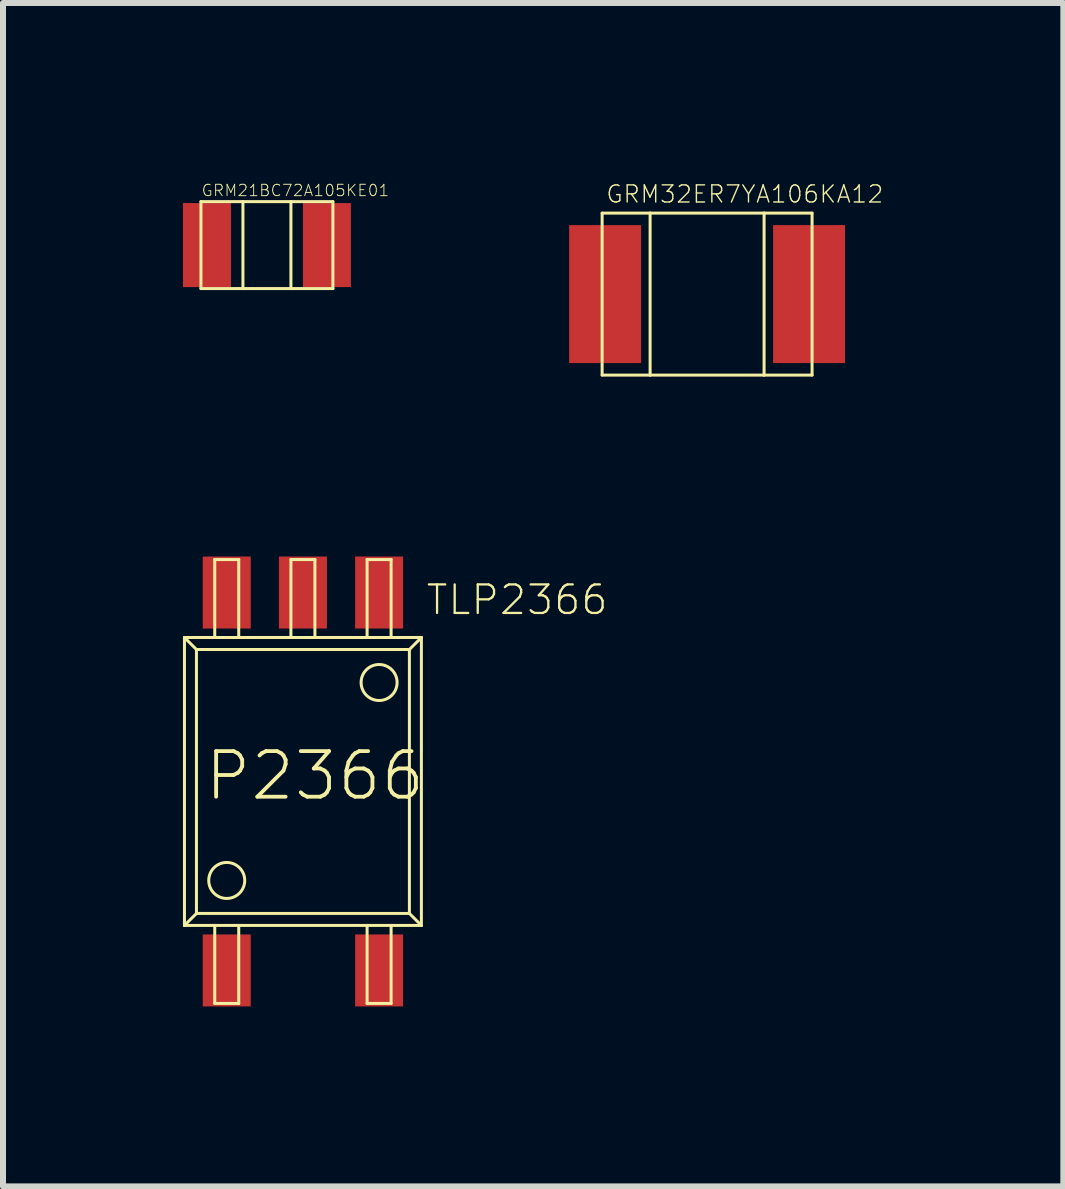
<source format=kicad_pcb>
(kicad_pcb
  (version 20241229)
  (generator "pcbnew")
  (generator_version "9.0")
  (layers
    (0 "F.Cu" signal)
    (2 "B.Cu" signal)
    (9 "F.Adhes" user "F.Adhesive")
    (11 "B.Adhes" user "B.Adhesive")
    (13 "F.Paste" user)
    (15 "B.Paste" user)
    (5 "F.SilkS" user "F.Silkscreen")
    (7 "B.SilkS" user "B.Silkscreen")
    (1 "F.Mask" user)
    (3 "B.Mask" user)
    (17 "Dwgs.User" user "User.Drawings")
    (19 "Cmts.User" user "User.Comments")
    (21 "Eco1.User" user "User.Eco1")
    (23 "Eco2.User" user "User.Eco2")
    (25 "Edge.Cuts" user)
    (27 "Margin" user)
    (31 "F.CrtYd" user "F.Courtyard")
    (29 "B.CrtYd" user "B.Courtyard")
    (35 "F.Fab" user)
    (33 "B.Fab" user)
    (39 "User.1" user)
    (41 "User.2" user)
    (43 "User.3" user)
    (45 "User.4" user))
  (footprint "TLP2366"
    (layer "F.Cu")
    (at 0.73 13.128)
    (property "Reference" "TLP2366" (at 3.3 -5.9 180) (layer "F.SilkS") (effects (font (size 0.475 0.475) (thickness 0.038)) (justify left bottom)))
    (attr through_hole)
    (fp_line (start -0.705 -5.55) (end -0.705 -0.75) (stroke (width 0.05) (type solid)) (layer "F.SilkS"))
    (fp_line (start -0.705 -5.55) (end -0.505 -5.35) (stroke (width 0.05) (type solid)) (layer "F.SilkS"))
    (fp_line (start -0.705 -0.75) (end -0.505 -0.95) (stroke (width 0.05) (type solid)) (layer "F.SilkS"))
    (fp_line (start -0.705 -0.75) (end -0.2 -0.75) (stroke (width 0.05) (type solid)) (layer "F.SilkS"))
    (fp_line (start -0.505 -5.35) (end -0.505 -0.95) (stroke (width 0.05) (type solid)) (layer "F.SilkS"))
    (fp_line (start -0.505 -0.95) (end 3.045 -0.95) (stroke (width 0.05) (type solid)) (layer "F.SilkS"))
    (fp_line (start -0.2 -6.85) (end -0.2 -5.55) (stroke (width 0.05) (type solid)) (layer "F.SilkS"))
    (fp_line (start -0.2 -5.55) (end -0.705 -5.55) (stroke (width 0.05) (type solid)) (layer "F.SilkS"))
    (fp_line (start -0.2 -5.55) (end 0.2 -5.55) (stroke (width 0.05) (type solid)) (layer "F.SilkS"))
    (fp_line (start -0.2 -0.75) (end -0.2 0.55) (stroke (width 0.05) (type solid)) (layer "F.SilkS"))
    (fp_line (start -0.2 0.55) (end 0.2 0.55) (stroke (width 0.05) (type solid)) (layer "F.SilkS"))
    (fp_line (start 0.2 -6.85) (end -0.2 -6.85) (stroke (width 0.05) (type solid)) (layer "F.SilkS"))
    (fp_line (start 0.2 -5.55) (end 0.2 -6.85) (stroke (width 0.05) (type solid)) (layer "F.SilkS"))
    (fp_line (start 0.2 -0.75) (end -0.2 -0.75) (stroke (width 0.05) (type solid)) (layer "F.SilkS"))
    (fp_line (start 0.2 -0.75) (end 2.34 -0.75) (stroke (width 0.05) (type solid)) (layer "F.SilkS"))
    (fp_line (start 0.2 0.55) (end 0.2 -0.75) (stroke (width 0.05) (type solid)) (layer "F.SilkS"))
    (fp_line (start 1.07 -6.85) (end 1.07 -5.55) (stroke (width 0.05) (type solid)) (layer "F.SilkS"))
    (fp_line (start 1.07 -5.55) (end 0.2 -5.55) (stroke (width 0.05) (type solid)) (layer "F.SilkS"))
    (fp_line (start 1.07 -5.55) (end 1.47 -5.55) (stroke (width 0.05) (type solid)) (layer "F.SilkS"))
    (fp_line (start 1.47 -6.85) (end 1.07 -6.85) (stroke (width 0.05) (type solid)) (layer "F.SilkS"))
    (fp_line (start 1.47 -5.55) (end 1.47 -6.85) (stroke (width 0.05) (type solid)) (layer "F.SilkS"))
    (fp_line (start 2.34 -6.85) (end 2.34 -5.55) (stroke (width 0.05) (type solid)) (layer "F.SilkS"))
    (fp_line (start 2.34 -5.55) (end 1.47 -5.55) (stroke (width 0.05) (type solid)) (layer "F.SilkS"))
    (fp_line (start 2.34 -5.55) (end 2.74 -5.55) (stroke (width 0.05) (type solid)) (layer "F.SilkS"))
    (fp_line (start 2.34 -0.75) (end 2.34 0.55) (stroke (width 0.05) (type solid)) (layer "F.SilkS"))
    (fp_line (start 2.34 0.55) (end 2.74 0.55) (stroke (width 0.05) (type solid)) (layer "F.SilkS"))
    (fp_line (start 2.74 -6.85) (end 2.34 -6.85) (stroke (width 0.05) (type solid)) (layer "F.SilkS"))
    (fp_line (start 2.74 -5.55) (end 2.74 -6.85) (stroke (width 0.05) (type solid)) (layer "F.SilkS"))
    (fp_line (start 2.74 -0.75) (end 2.34 -0.75) (stroke (width 0.05) (type solid)) (layer "F.SilkS"))
    (fp_line (start 2.74 -0.75) (end 3.245 -0.75) (stroke (width 0.05) (type solid)) (layer "F.SilkS"))
    (fp_line (start 2.74 0.55) (end 2.74 -0.75) (stroke (width 0.05) (type solid)) (layer "F.SilkS"))
    (fp_line (start 3.045 -5.35) (end -0.505 -5.35) (stroke (width 0.05) (type solid)) (layer "F.SilkS"))
    (fp_line (start 3.045 -0.95) (end 3.045 -5.35) (stroke (width 0.05) (type solid)) (layer "F.SilkS"))
    (fp_line (start 3.045 -0.95) (end 3.245 -0.75) (stroke (width 0.05) (type solid)) (layer "F.SilkS"))
    (fp_line (start 3.245 -5.55) (end 2.74 -5.55) (stroke (width 0.05) (type solid)) (layer "F.SilkS"))
    (fp_line (start 3.245 -5.55) (end 3.045 -5.35) (stroke (width 0.05) (type solid)) (layer "F.SilkS"))
    (fp_line (start 3.245 -0.75) (end 3.245 -5.55) (stroke (width 0.05) (type solid)) (layer "F.SilkS"))
    (fp_circle (center 0 -1.5) (end 0.3 -1.5) (stroke (width 0.05) (type solid)) (fill no) (layer "F.SilkS"))
    (fp_circle (center 2.54 -4.8) (end 2.84 -4.8) (stroke (width 0.05) (type solid)) (fill no) (layer "F.SilkS"))
    (fp_text user "P2366" (at -0.4 -2.8 0) (layer "F.SilkS") (effects (font (size 0.76 0.76) (thickness 0.064)) (justify left bottom)))
    (pad "1" smd rect (at 0 0) (size 0.8 1.2) (layers "F.Cu" "F.Mask" "F.Paste"))
    (pad "3" smd rect (at 2.54 0) (size 0.8 1.2) (layers "F.Cu" "F.Mask" "F.Paste"))
    (pad "4" smd rect (at 2.54 -6.3) (size 0.8 1.2) (layers "F.Cu" "F.Mask" "F.Paste"))
    (pad "5" smd rect (at 1.27 -6.3) (size 0.8 1.2) (layers "F.Cu" "F.Mask" "F.Paste"))
    (pad "6" smd rect (at 0 -6.3) (size 0.8 1.2) (layers "F.Cu" "F.Mask" "F.Paste")))
  (footprint "GRM21BC72A105KE01"
    (layer "F.Cu")
    (at 1.4 1.036)
    (property "Reference" "GRM21BC72A105KE01" (at -1.1 -0.8 0) (layer "F.SilkS") (effects (font (size 0.19 0.19) (thickness 0.015)) (justify left bottom)))
    (attr through_hole)
    (fp_line (start -1.1 -0.725) (end -1.1 0.725) (stroke (width 0.05) (type solid)) (layer "F.SilkS"))
    (fp_line (start -1.1 0.725) (end -0.4 0.725) (stroke (width 0.05) (type solid)) (layer "F.SilkS"))
    (fp_line (start -0.4 -0.725) (end -1.1 -0.725) (stroke (width 0.05) (type solid)) (layer "F.SilkS"))
    (fp_line (start -0.4 -0.725) (end -0.4 0.725) (stroke (width 0.05) (type solid)) (layer "F.SilkS"))
    (fp_line (start -0.4 0.725) (end 0.4 0.725) (stroke (width 0.05) (type solid)) (layer "F.SilkS"))
    (fp_line (start 0.4 -0.725) (end -0.4 -0.725) (stroke (width 0.05) (type solid)) (layer "F.SilkS"))
    (fp_line (start 0.4 -0.725) (end 0.4 0.725) (stroke (width 0.05) (type solid)) (layer "F.SilkS"))
    (fp_line (start 0.4 0.725) (end 1.1 0.725) (stroke (width 0.05) (type solid)) (layer "F.SilkS"))
    (fp_line (start 1.1 -0.725) (end 0.4 -0.725) (stroke (width 0.05) (type solid)) (layer "F.SilkS"))
    (fp_line (start 1.1 0.725) (end 1.1 -0.725) (stroke (width 0.05) (type solid)) (layer "F.SilkS"))
    (pad "P$1" smd rect (at -1 0) (size 0.8 1.4) (layers "F.Cu" "F.Mask" "F.Paste"))
    (pad "P$2" smd rect (at 1 0) (size 0.8 1.4) (layers "F.Cu" "F.Mask" "F.Paste")))
  (footprint "GRM32ER7YA106KA12"
    (layer "F.Cu")
    (at 8.738 1.853)
    (property "Reference" "GRM32ER7YA106KA12" (at -1.7 -1.5 0) (layer "F.SilkS") (effects (font (size 0.285 0.285) (thickness 0.023)) (justify left bottom)))
    (attr through_hole)
    (fp_line (start -1.75 -1.35) (end -0.95 -1.35) (stroke (width 0.05) (type solid)) (layer "F.SilkS"))
    (fp_line (start -1.75 1.35) (end -1.75 -1.35) (stroke (width 0.05) (type solid)) (layer "F.SilkS"))
    (fp_line (start -0.95 -1.35) (end -0.95 1.35) (stroke (width 0.05) (type solid)) (layer "F.SilkS"))
    (fp_line (start -0.95 -1.35) (end 0.95 -1.35) (stroke (width 0.05) (type solid)) (layer "F.SilkS"))
    (fp_line (start -0.95 1.35) (end -1.75 1.35) (stroke (width 0.05) (type solid)) (layer "F.SilkS"))
    (fp_line (start 0.95 -1.35) (end 0.95 1.35) (stroke (width 0.05) (type solid)) (layer "F.SilkS"))
    (fp_line (start 0.95 -1.35) (end 1.75 -1.35) (stroke (width 0.05) (type solid)) (layer "F.SilkS"))
    (fp_line (start 0.95 1.35) (end -0.95 1.35) (stroke (width 0.05) (type solid)) (layer "F.SilkS"))
    (fp_line (start 1.75 -1.35) (end 1.75 1.35) (stroke (width 0.05) (type solid)) (layer "F.SilkS"))
    (fp_line (start 1.75 1.35) (end 0.95 1.35) (stroke (width 0.05) (type solid)) (layer "F.SilkS"))
    (pad "P$1" smd rect (at -1.7 0) (size 1.2 2.3) (layers "F.Cu" "F.Mask" "F.Paste"))
    (pad "P$2" smd rect (at 1.7 0) (size 1.2 2.3) (layers "F.Cu" "F.Mask" "F.Paste")))
  (gr_rect
    (start -3 -3)
    (end 14.677 16.728)
    (stroke (width 0.1) (type default))
    (fill no)
    (layer "Edge.Cuts")))
</source>
